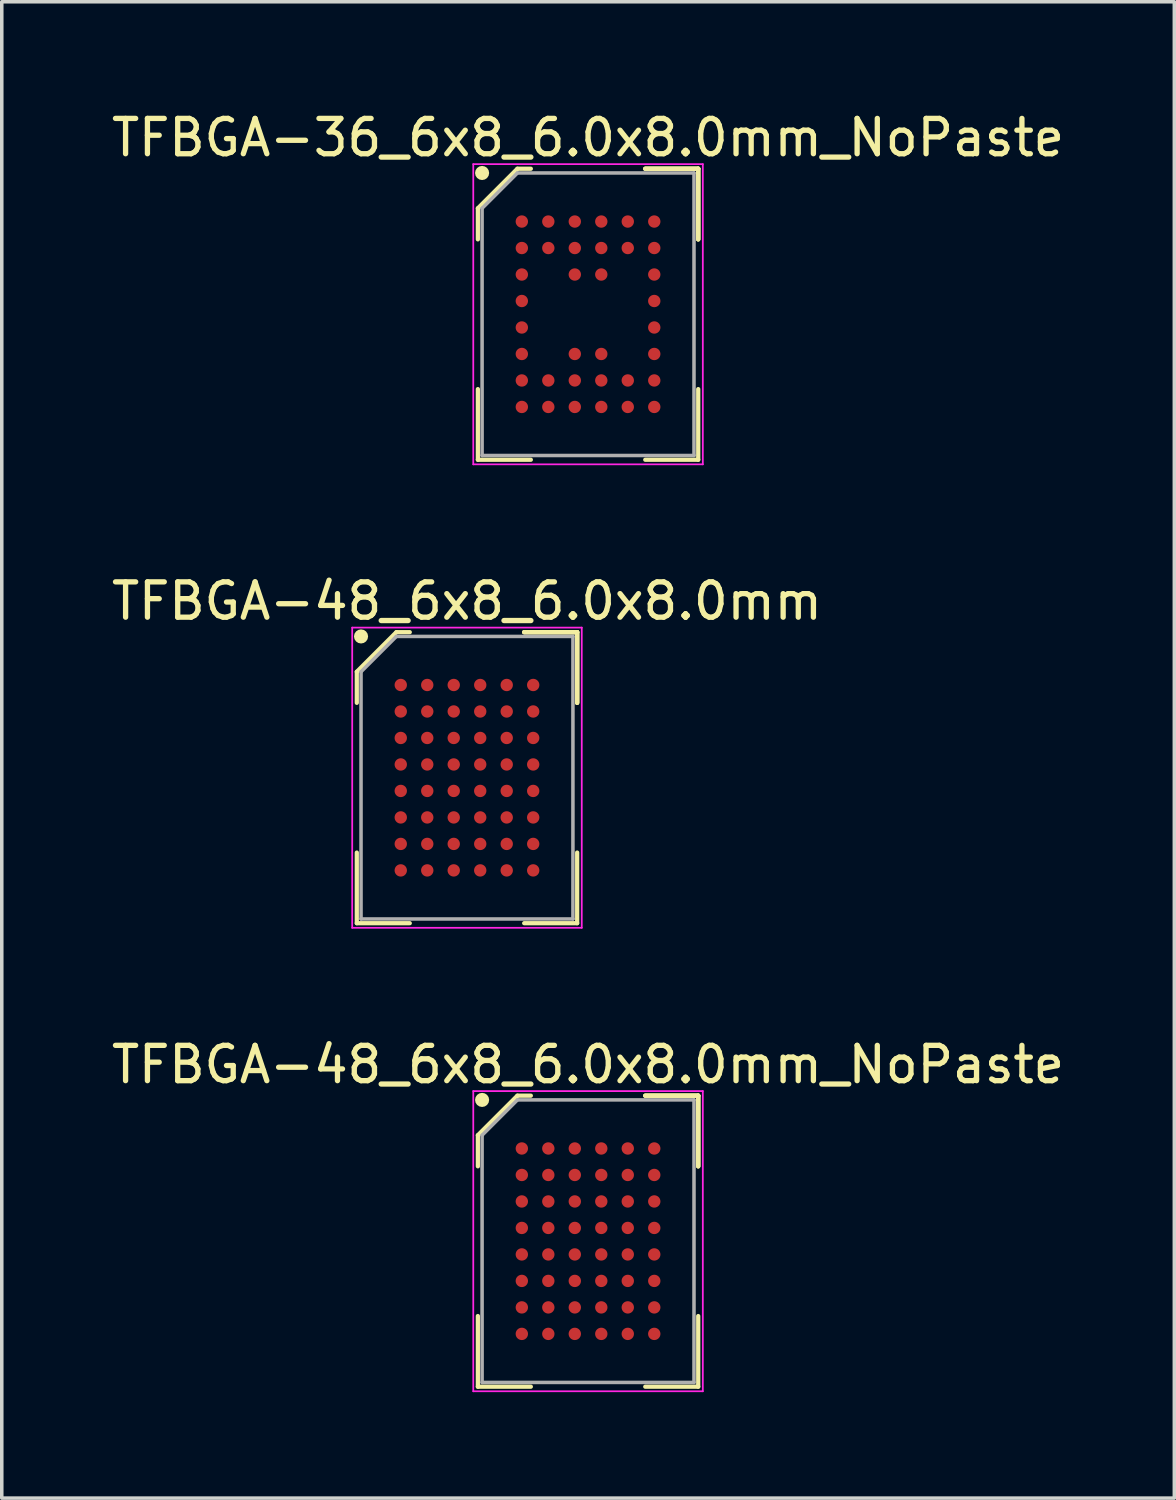
<source format=kicad_pcb>
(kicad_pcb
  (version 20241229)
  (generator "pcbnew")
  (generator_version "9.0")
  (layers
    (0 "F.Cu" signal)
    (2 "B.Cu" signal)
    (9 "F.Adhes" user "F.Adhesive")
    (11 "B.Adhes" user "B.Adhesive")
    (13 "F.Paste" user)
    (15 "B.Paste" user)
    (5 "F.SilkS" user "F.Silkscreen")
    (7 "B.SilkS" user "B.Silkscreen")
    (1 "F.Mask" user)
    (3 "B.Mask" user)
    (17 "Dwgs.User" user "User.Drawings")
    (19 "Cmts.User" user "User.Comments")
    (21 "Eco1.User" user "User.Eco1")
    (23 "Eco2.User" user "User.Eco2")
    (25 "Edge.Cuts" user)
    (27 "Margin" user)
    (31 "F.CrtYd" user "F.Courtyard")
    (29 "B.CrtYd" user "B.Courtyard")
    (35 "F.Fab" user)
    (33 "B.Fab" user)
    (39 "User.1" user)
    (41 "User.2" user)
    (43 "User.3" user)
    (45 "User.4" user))
  (footprint "TFBGA-36_6x8_6.0x8.0mm_NoPaste"
    (layer "F.Cu")
    (at 13.601 5.848)
    (property "Reference" "TFBGA-36_6x8_6.0x8.0mm_NoPaste" (at 0 -5 0) (layer "F.SilkS") (effects (font (size 1 1) (thickness 0.15))))
    (attr smd)
    (fp_line (start -3.12 -3) (end -3.12 -2.12) (stroke (width 0.12) (type solid)) (layer "F.SilkS"))
    (fp_line (start -3.12 4.12) (end -3.12 2.12) (stroke (width 0.12) (type solid)) (layer "F.SilkS"))
    (fp_line (start -2 -4.12) (end -3.12 -3) (stroke (width 0.12) (type solid)) (layer "F.SilkS"))
    (fp_line (start -1.62 -4.12) (end -2 -4.12) (stroke (width 0.12) (type solid)) (layer "F.SilkS"))
    (fp_line (start -1.62 4.12) (end -3.12 4.12) (stroke (width 0.12) (type solid)) (layer "F.SilkS"))
    (fp_line (start 1.62 -4.12) (end 3.12 -4.12) (stroke (width 0.12) (type solid)) (layer "F.SilkS"))
    (fp_line (start 1.62 -4.12) (end 3.12 -4.12) (stroke (width 0.12) (type solid)) (layer "F.SilkS"))
    (fp_line (start 1.62 -4.12) (end 3.12 -4.12) (stroke (width 0.12) (type solid)) (layer "F.SilkS"))
    (fp_line (start 1.62 4.12) (end 3.12 4.12) (stroke (width 0.12) (type solid)) (layer "F.SilkS"))
    (fp_line (start 3.12 -4.12) (end 3.12 -2.12) (stroke (width 0.12) (type solid)) (layer "F.SilkS"))
    (fp_line (start 3.12 -4.12) (end 3.12 -2.12) (stroke (width 0.12) (type solid)) (layer "F.SilkS"))
    (fp_line (start 3.12 -4.12) (end 3.12 -2.12) (stroke (width 0.12) (type solid)) (layer "F.SilkS"))
    (fp_line (start 3.12 4.12) (end 3.12 2.12) (stroke (width 0.12) (type solid)) (layer "F.SilkS"))
    (fp_circle (center -3 -4) (end -3 -3.9) (stroke (width 0.2) (type solid)) (fill no) (layer "F.SilkS"))
    (fp_line (start -3.25 -4.25) (end 3.25 -4.25) (stroke (width 0.05) (type solid)) (layer "F.CrtYd"))
    (fp_line (start -3.25 4.25) (end -3.25 -4.25) (stroke (width 0.05) (type solid)) (layer "F.CrtYd"))
    (fp_line (start 3.25 -4.25) (end 3.25 4.25) (stroke (width 0.05) (type solid)) (layer "F.CrtYd"))
    (fp_line (start 3.25 4.25) (end -3.25 4.25) (stroke (width 0.05) (type solid)) (layer "F.CrtYd"))
    (fp_line (start -3 -3) (end -3 4) (stroke (width 0.1) (type solid)) (layer "F.Fab"))
    (fp_line (start -3 4) (end 3 4) (stroke (width 0.1) (type solid)) (layer "F.Fab"))
    (fp_line (start -2 -4) (end -3 -3) (stroke (width 0.1) (type solid)) (layer "F.Fab"))
    (fp_line (start 3 -4) (end -2 -4) (stroke (width 0.1) (type solid)) (layer "F.Fab"))
    (fp_line (start 3 4) (end 3 -4) (stroke (width 0.1) (type solid)) (layer "F.Fab"))
    (pad "A1" smd circle (at -1.875 -2.625) (size 0.35 0.35) (layers "F.Cu" "F.Mask"))
    (pad "A2" smd circle (at -1.125 -2.625) (size 0.35 0.35) (layers "F.Cu" "F.Mask"))
    (pad "A3" smd circle (at -0.375 -2.625) (size 0.35 0.35) (layers "F.Cu" "F.Mask"))
    (pad "A4" smd circle (at 0.375 -2.625) (size 0.35 0.35) (layers "F.Cu" "F.Mask"))
    (pad "A5" smd circle (at 1.125 -2.625) (size 0.35 0.35) (layers "F.Cu" "F.Mask"))
    (pad "A6" smd circle (at 1.875 -2.625) (size 0.35 0.35) (layers "F.Cu" "F.Mask"))
    (pad "B1" smd circle (at -1.875 -1.875) (size 0.35 0.35) (layers "F.Cu" "F.Mask"))
    (pad "B2" smd circle (at -1.125 -1.875) (size 0.35 0.35) (layers "F.Cu" "F.Mask"))
    (pad "B3" smd circle (at -0.375 -1.875) (size 0.35 0.35) (layers "F.Cu" "F.Mask"))
    (pad "B4" smd circle (at 0.375 -1.875) (size 0.35 0.35) (layers "F.Cu" "F.Mask"))
    (pad "B5" smd circle (at 1.125 -1.875) (size 0.35 0.35) (layers "F.Cu" "F.Mask"))
    (pad "B6" smd circle (at 1.875 -1.875) (size 0.35 0.35) (layers "F.Cu" "F.Mask"))
    (pad "C1" smd circle (at -1.875 -1.125) (size 0.35 0.35) (layers "F.Cu" "F.Mask"))
    (pad "C3" smd circle (at -0.375 -1.125) (size 0.35 0.35) (layers "F.Cu" "F.Mask"))
    (pad "C4" smd circle (at 0.375 -1.125) (size 0.35 0.35) (layers "F.Cu" "F.Mask"))
    (pad "C6" smd circle (at 1.875 -1.125) (size 0.35 0.35) (layers "F.Cu" "F.Mask"))
    (pad "D1" smd circle (at -1.875 -0.375) (size 0.35 0.35) (layers "F.Cu" "F.Mask"))
    (pad "D6" smd circle (at 1.875 -0.375) (size 0.35 0.35) (layers "F.Cu" "F.Mask"))
    (pad "E1" smd circle (at -1.875 0.375) (size 0.35 0.35) (layers "F.Cu" "F.Mask"))
    (pad "E6" smd circle (at 1.875 0.375) (size 0.35 0.35) (layers "F.Cu" "F.Mask"))
    (pad "F1" smd circle (at -1.875 1.125) (size 0.35 0.35) (layers "F.Cu" "F.Mask"))
    (pad "F3" smd circle (at -0.375 1.125) (size 0.35 0.35) (layers "F.Cu" "F.Mask"))
    (pad "F4" smd circle (at 0.375 1.125) (size 0.35 0.35) (layers "F.Cu" "F.Mask"))
    (pad "F6" smd circle (at 1.875 1.125) (size 0.35 0.35) (layers "F.Cu" "F.Mask"))
    (pad "G1" smd circle (at -1.875 1.875) (size 0.35 0.35) (layers "F.Cu" "F.Mask"))
    (pad "G2" smd circle (at -1.125 1.875) (size 0.35 0.35) (layers "F.Cu" "F.Mask"))
    (pad "G3" smd circle (at -0.375 1.875) (size 0.35 0.35) (layers "F.Cu" "F.Mask"))
    (pad "G4" smd circle (at 0.375 1.875) (size 0.35 0.35) (layers "F.Cu" "F.Mask"))
    (pad "G5" smd circle (at 1.125 1.875) (size 0.35 0.35) (layers "F.Cu" "F.Mask"))
    (pad "G6" smd circle (at 1.875 1.875) (size 0.35 0.35) (layers "F.Cu" "F.Mask"))
    (pad "H1" smd circle (at -1.875 2.625) (size 0.35 0.35) (layers "F.Cu" "F.Mask"))
    (pad "H2" smd circle (at -1.125 2.625) (size 0.35 0.35) (layers "F.Cu" "F.Mask"))
    (pad "H3" smd circle (at -0.375 2.625) (size 0.35 0.35) (layers "F.Cu" "F.Mask"))
    (pad "H4" smd circle (at 0.375 2.625) (size 0.35 0.35) (layers "F.Cu" "F.Mask"))
    (pad "H5" smd circle (at 1.125 2.625) (size 0.35 0.35) (layers "F.Cu" "F.Mask"))
    (pad "H6" smd circle (at 1.875 2.625) (size 0.35 0.35) (layers "F.Cu" "F.Mask")))
  (footprint "TFBGA-48_6x8_6.0x8.0mm"
    (layer "F.Cu")
    (at 10.173 18.971)
    (property "Reference" "TFBGA-48_6x8_6.0x8.0mm" (at 0 -5 0) (layer "F.SilkS") (effects (font (size 1 1) (thickness 0.15))))
    (attr smd)
    (fp_line (start -3.12 -3) (end -3.12 -2.12) (stroke (width 0.12) (type solid)) (layer "F.SilkS"))
    (fp_line (start -3.12 4.12) (end -3.12 2.12) (stroke (width 0.12) (type solid)) (layer "F.SilkS"))
    (fp_line (start -2 -4.12) (end -3.12 -3) (stroke (width 0.12) (type solid)) (layer "F.SilkS"))
    (fp_line (start -1.62 -4.12) (end -2 -4.12) (stroke (width 0.12) (type solid)) (layer "F.SilkS"))
    (fp_line (start -1.62 4.12) (end -3.12 4.12) (stroke (width 0.12) (type solid)) (layer "F.SilkS"))
    (fp_line (start 1.62 -4.12) (end 3.12 -4.12) (stroke (width 0.12) (type solid)) (layer "F.SilkS"))
    (fp_line (start 1.62 -4.12) (end 3.12 -4.12) (stroke (width 0.12) (type solid)) (layer "F.SilkS"))
    (fp_line (start 1.62 -4.12) (end 3.12 -4.12) (stroke (width 0.12) (type solid)) (layer "F.SilkS"))
    (fp_line (start 1.62 4.12) (end 3.12 4.12) (stroke (width 0.12) (type solid)) (layer "F.SilkS"))
    (fp_line (start 3.12 -4.12) (end 3.12 -2.12) (stroke (width 0.12) (type solid)) (layer "F.SilkS"))
    (fp_line (start 3.12 -4.12) (end 3.12 -2.12) (stroke (width 0.12) (type solid)) (layer "F.SilkS"))
    (fp_line (start 3.12 -4.12) (end 3.12 -2.12) (stroke (width 0.12) (type solid)) (layer "F.SilkS"))
    (fp_line (start 3.12 4.12) (end 3.12 2.12) (stroke (width 0.12) (type solid)) (layer "F.SilkS"))
    (fp_circle (center -3 -4) (end -3 -3.9) (stroke (width 0.2) (type solid)) (fill no) (layer "F.SilkS"))
    (fp_line (start -3.25 -4.25) (end 3.25 -4.25) (stroke (width 0.05) (type solid)) (layer "F.CrtYd"))
    (fp_line (start -3.25 4.25) (end -3.25 -4.25) (stroke (width 0.05) (type solid)) (layer "F.CrtYd"))
    (fp_line (start 3.25 -4.25) (end 3.25 4.25) (stroke (width 0.05) (type solid)) (layer "F.CrtYd"))
    (fp_line (start 3.25 4.25) (end -3.25 4.25) (stroke (width 0.05) (type solid)) (layer "F.CrtYd"))
    (fp_line (start -3 -3) (end -3 4) (stroke (width 0.1) (type solid)) (layer "F.Fab"))
    (fp_line (start -3 4) (end 3 4) (stroke (width 0.1) (type solid)) (layer "F.Fab"))
    (fp_line (start -2 -4) (end -3 -3) (stroke (width 0.1) (type solid)) (layer "F.Fab"))
    (fp_line (start 3 -4) (end -2 -4) (stroke (width 0.1) (type solid)) (layer "F.Fab"))
    (fp_line (start 3 4) (end 3 -4) (stroke (width 0.1) (type solid)) (layer "F.Fab"))
    (pad "A1" smd circle (at -1.875 -2.625) (size 0.35 0.35) (layers "F.Cu" "F.Mask" "F.Paste"))
    (pad "A2" smd circle (at -1.125 -2.625) (size 0.35 0.35) (layers "F.Cu" "F.Mask" "F.Paste"))
    (pad "A3" smd circle (at -0.375 -2.625) (size 0.35 0.35) (layers "F.Cu" "F.Mask" "F.Paste"))
    (pad "A4" smd circle (at 0.375 -2.625) (size 0.35 0.35) (layers "F.Cu" "F.Mask" "F.Paste"))
    (pad "A5" smd circle (at 1.125 -2.625) (size 0.35 0.35) (layers "F.Cu" "F.Mask" "F.Paste"))
    (pad "A6" smd circle (at 1.875 -2.625) (size 0.35 0.35) (layers "F.Cu" "F.Mask" "F.Paste"))
    (pad "B1" smd circle (at -1.875 -1.875) (size 0.35 0.35) (layers "F.Cu" "F.Mask" "F.Paste"))
    (pad "B2" smd circle (at -1.125 -1.875) (size 0.35 0.35) (layers "F.Cu" "F.Mask" "F.Paste"))
    (pad "B3" smd circle (at -0.375 -1.875) (size 0.35 0.35) (layers "F.Cu" "F.Mask" "F.Paste"))
    (pad "B4" smd circle (at 0.375 -1.875) (size 0.35 0.35) (layers "F.Cu" "F.Mask" "F.Paste"))
    (pad "B5" smd circle (at 1.125 -1.875) (size 0.35 0.35) (layers "F.Cu" "F.Mask" "F.Paste"))
    (pad "B6" smd circle (at 1.875 -1.875) (size 0.35 0.35) (layers "F.Cu" "F.Mask" "F.Paste"))
    (pad "C1" smd circle (at -1.875 -1.125) (size 0.35 0.35) (layers "F.Cu" "F.Mask" "F.Paste"))
    (pad "C2" smd circle (at -1.125 -1.125) (size 0.35 0.35) (layers "F.Cu" "F.Mask" "F.Paste"))
    (pad "C3" smd circle (at -0.375 -1.125) (size 0.35 0.35) (layers "F.Cu" "F.Mask" "F.Paste"))
    (pad "C4" smd circle (at 0.375 -1.125) (size 0.35 0.35) (layers "F.Cu" "F.Mask" "F.Paste"))
    (pad "C5" smd circle (at 1.125 -1.125) (size 0.35 0.35) (layers "F.Cu" "F.Mask" "F.Paste"))
    (pad "C6" smd circle (at 1.875 -1.125) (size 0.35 0.35) (layers "F.Cu" "F.Mask" "F.Paste"))
    (pad "D1" smd circle (at -1.875 -0.375) (size 0.35 0.35) (layers "F.Cu" "F.Mask" "F.Paste"))
    (pad "D2" smd circle (at -1.125 -0.375) (size 0.35 0.35) (layers "F.Cu" "F.Mask" "F.Paste"))
    (pad "D3" smd circle (at -0.375 -0.375) (size 0.35 0.35) (layers "F.Cu" "F.Mask" "F.Paste"))
    (pad "D4" smd circle (at 0.375 -0.375) (size 0.35 0.35) (layers "F.Cu" "F.Mask" "F.Paste"))
    (pad "D5" smd circle (at 1.125 -0.375) (size 0.35 0.35) (layers "F.Cu" "F.Mask" "F.Paste"))
    (pad "D6" smd circle (at 1.875 -0.375) (size 0.35 0.35) (layers "F.Cu" "F.Mask" "F.Paste"))
    (pad "E1" smd circle (at -1.875 0.375) (size 0.35 0.35) (layers "F.Cu" "F.Mask" "F.Paste"))
    (pad "E2" smd circle (at -1.125 0.375) (size 0.35 0.35) (layers "F.Cu" "F.Mask" "F.Paste"))
    (pad "E3" smd circle (at -0.375 0.375) (size 0.35 0.35) (layers "F.Cu" "F.Mask" "F.Paste"))
    (pad "E4" smd circle (at 0.375 0.375) (size 0.35 0.35) (layers "F.Cu" "F.Mask" "F.Paste"))
    (pad "E5" smd circle (at 1.125 0.375) (size 0.35 0.35) (layers "F.Cu" "F.Mask" "F.Paste"))
    (pad "E6" smd circle (at 1.875 0.375) (size 0.35 0.35) (layers "F.Cu" "F.Mask" "F.Paste"))
    (pad "F1" smd circle (at -1.875 1.125) (size 0.35 0.35) (layers "F.Cu" "F.Mask" "F.Paste"))
    (pad "F2" smd circle (at -1.125 1.125) (size 0.35 0.35) (layers "F.Cu" "F.Mask" "F.Paste"))
    (pad "F3" smd circle (at -0.375 1.125) (size 0.35 0.35) (layers "F.Cu" "F.Mask" "F.Paste"))
    (pad "F4" smd circle (at 0.375 1.125) (size 0.35 0.35) (layers "F.Cu" "F.Mask" "F.Paste"))
    (pad "F5" smd circle (at 1.125 1.125) (size 0.35 0.35) (layers "F.Cu" "F.Mask" "F.Paste"))
    (pad "F6" smd circle (at 1.875 1.125) (size 0.35 0.35) (layers "F.Cu" "F.Mask" "F.Paste"))
    (pad "G1" smd circle (at -1.875 1.875) (size 0.35 0.35) (layers "F.Cu" "F.Mask" "F.Paste"))
    (pad "G2" smd circle (at -1.125 1.875) (size 0.35 0.35) (layers "F.Cu" "F.Mask" "F.Paste"))
    (pad "G3" smd circle (at -0.375 1.875) (size 0.35 0.35) (layers "F.Cu" "F.Mask" "F.Paste"))
    (pad "G4" smd circle (at 0.375 1.875) (size 0.35 0.35) (layers "F.Cu" "F.Mask" "F.Paste"))
    (pad "G5" smd circle (at 1.125 1.875) (size 0.35 0.35) (layers "F.Cu" "F.Mask" "F.Paste"))
    (pad "G6" smd circle (at 1.875 1.875) (size 0.35 0.35) (layers "F.Cu" "F.Mask" "F.Paste"))
    (pad "H1" smd circle (at -1.875 2.625) (size 0.35 0.35) (layers "F.Cu" "F.Mask" "F.Paste"))
    (pad "H2" smd circle (at -1.125 2.625) (size 0.35 0.35) (layers "F.Cu" "F.Mask" "F.Paste"))
    (pad "H3" smd circle (at -0.375 2.625) (size 0.35 0.35) (layers "F.Cu" "F.Mask" "F.Paste"))
    (pad "H4" smd circle (at 0.375 2.625) (size 0.35 0.35) (layers "F.Cu" "F.Mask" "F.Paste"))
    (pad "H5" smd circle (at 1.125 2.625) (size 0.35 0.35) (layers "F.Cu" "F.Mask" "F.Paste"))
    (pad "H6" smd circle (at 1.875 2.625) (size 0.35 0.35) (layers "F.Cu" "F.Mask" "F.Paste")))
  (footprint "TFBGA-48_6x8_6.0x8.0mm_NoPaste"
    (layer "F.Cu")
    (at 13.601 32.095)
    (property "Reference" "TFBGA-48_6x8_6.0x8.0mm_NoPaste" (at 0 -5 0) (layer "F.SilkS") (effects (font (size 1 1) (thickness 0.15))))
    (attr smd)
    (fp_line (start -3.12 -3) (end -3.12 -2.12) (stroke (width 0.12) (type solid)) (layer "F.SilkS"))
    (fp_line (start -3.12 4.12) (end -3.12 2.12) (stroke (width 0.12) (type solid)) (layer "F.SilkS"))
    (fp_line (start -2 -4.12) (end -3.12 -3) (stroke (width 0.12) (type solid)) (layer "F.SilkS"))
    (fp_line (start -1.62 -4.12) (end -2 -4.12) (stroke (width 0.12) (type solid)) (layer "F.SilkS"))
    (fp_line (start -1.62 4.12) (end -3.12 4.12) (stroke (width 0.12) (type solid)) (layer "F.SilkS"))
    (fp_line (start 1.62 -4.12) (end 3.12 -4.12) (stroke (width 0.12) (type solid)) (layer "F.SilkS"))
    (fp_line (start 1.62 -4.12) (end 3.12 -4.12) (stroke (width 0.12) (type solid)) (layer "F.SilkS"))
    (fp_line (start 1.62 -4.12) (end 3.12 -4.12) (stroke (width 0.12) (type solid)) (layer "F.SilkS"))
    (fp_line (start 1.62 4.12) (end 3.12 4.12) (stroke (width 0.12) (type solid)) (layer "F.SilkS"))
    (fp_line (start 3.12 -4.12) (end 3.12 -2.12) (stroke (width 0.12) (type solid)) (layer "F.SilkS"))
    (fp_line (start 3.12 -4.12) (end 3.12 -2.12) (stroke (width 0.12) (type solid)) (layer "F.SilkS"))
    (fp_line (start 3.12 -4.12) (end 3.12 -2.12) (stroke (width 0.12) (type solid)) (layer "F.SilkS"))
    (fp_line (start 3.12 4.12) (end 3.12 2.12) (stroke (width 0.12) (type solid)) (layer "F.SilkS"))
    (fp_circle (center -3 -4) (end -3 -3.9) (stroke (width 0.2) (type solid)) (fill no) (layer "F.SilkS"))
    (fp_line (start -3.25 -4.25) (end 3.25 -4.25) (stroke (width 0.05) (type solid)) (layer "F.CrtYd"))
    (fp_line (start -3.25 4.25) (end -3.25 -4.25) (stroke (width 0.05) (type solid)) (layer "F.CrtYd"))
    (fp_line (start 3.25 -4.25) (end 3.25 4.25) (stroke (width 0.05) (type solid)) (layer "F.CrtYd"))
    (fp_line (start 3.25 4.25) (end -3.25 4.25) (stroke (width 0.05) (type solid)) (layer "F.CrtYd"))
    (fp_line (start -3 -3) (end -3 4) (stroke (width 0.1) (type solid)) (layer "F.Fab"))
    (fp_line (start -3 4) (end 3 4) (stroke (width 0.1) (type solid)) (layer "F.Fab"))
    (fp_line (start -2 -4) (end -3 -3) (stroke (width 0.1) (type solid)) (layer "F.Fab"))
    (fp_line (start 3 -4) (end -2 -4) (stroke (width 0.1) (type solid)) (layer "F.Fab"))
    (fp_line (start 3 4) (end 3 -4) (stroke (width 0.1) (type solid)) (layer "F.Fab"))
    (pad "A1" smd circle (at -1.875 -2.625) (size 0.35 0.35) (layers "F.Cu" "F.Mask"))
    (pad "A2" smd circle (at -1.125 -2.625) (size 0.35 0.35) (layers "F.Cu" "F.Mask"))
    (pad "A3" smd circle (at -0.375 -2.625) (size 0.35 0.35) (layers "F.Cu" "F.Mask"))
    (pad "A4" smd circle (at 0.375 -2.625) (size 0.35 0.35) (layers "F.Cu" "F.Mask"))
    (pad "A5" smd circle (at 1.125 -2.625) (size 0.35 0.35) (layers "F.Cu" "F.Mask"))
    (pad "A6" smd circle (at 1.875 -2.625) (size 0.35 0.35) (layers "F.Cu" "F.Mask"))
    (pad "B1" smd circle (at -1.875 -1.875) (size 0.35 0.35) (layers "F.Cu" "F.Mask"))
    (pad "B2" smd circle (at -1.125 -1.875) (size 0.35 0.35) (layers "F.Cu" "F.Mask"))
    (pad "B3" smd circle (at -0.375 -1.875) (size 0.35 0.35) (layers "F.Cu" "F.Mask"))
    (pad "B4" smd circle (at 0.375 -1.875) (size 0.35 0.35) (layers "F.Cu" "F.Mask"))
    (pad "B5" smd circle (at 1.125 -1.875) (size 0.35 0.35) (layers "F.Cu" "F.Mask"))
    (pad "B6" smd circle (at 1.875 -1.875) (size 0.35 0.35) (layers "F.Cu" "F.Mask"))
    (pad "C1" smd circle (at -1.875 -1.125) (size 0.35 0.35) (layers "F.Cu" "F.Mask"))
    (pad "C2" smd circle (at -1.125 -1.125) (size 0.35 0.35) (layers "F.Cu" "F.Mask"))
    (pad "C3" smd circle (at -0.375 -1.125) (size 0.35 0.35) (layers "F.Cu" "F.Mask"))
    (pad "C4" smd circle (at 0.375 -1.125) (size 0.35 0.35) (layers "F.Cu" "F.Mask"))
    (pad "C5" smd circle (at 1.125 -1.125) (size 0.35 0.35) (layers "F.Cu" "F.Mask"))
    (pad "C6" smd circle (at 1.875 -1.125) (size 0.35 0.35) (layers "F.Cu" "F.Mask"))
    (pad "D1" smd circle (at -1.875 -0.375) (size 0.35 0.35) (layers "F.Cu" "F.Mask"))
    (pad "D2" smd circle (at -1.125 -0.375) (size 0.35 0.35) (layers "F.Cu" "F.Mask"))
    (pad "D3" smd circle (at -0.375 -0.375) (size 0.35 0.35) (layers "F.Cu" "F.Mask"))
    (pad "D4" smd circle (at 0.375 -0.375) (size 0.35 0.35) (layers "F.Cu" "F.Mask"))
    (pad "D5" smd circle (at 1.125 -0.375) (size 0.35 0.35) (layers "F.Cu" "F.Mask"))
    (pad "D6" smd circle (at 1.875 -0.375) (size 0.35 0.35) (layers "F.Cu" "F.Mask"))
    (pad "E1" smd circle (at -1.875 0.375) (size 0.35 0.35) (layers "F.Cu" "F.Mask"))
    (pad "E2" smd circle (at -1.125 0.375) (size 0.35 0.35) (layers "F.Cu" "F.Mask"))
    (pad "E3" smd circle (at -0.375 0.375) (size 0.35 0.35) (layers "F.Cu" "F.Mask"))
    (pad "E4" smd circle (at 0.375 0.375) (size 0.35 0.35) (layers "F.Cu" "F.Mask"))
    (pad "E5" smd circle (at 1.125 0.375) (size 0.35 0.35) (layers "F.Cu" "F.Mask"))
    (pad "E6" smd circle (at 1.875 0.375) (size 0.35 0.35) (layers "F.Cu" "F.Mask"))
    (pad "F1" smd circle (at -1.875 1.125) (size 0.35 0.35) (layers "F.Cu" "F.Mask"))
    (pad "F2" smd circle (at -1.125 1.125) (size 0.35 0.35) (layers "F.Cu" "F.Mask"))
    (pad "F3" smd circle (at -0.375 1.125) (size 0.35 0.35) (layers "F.Cu" "F.Mask"))
    (pad "F4" smd circle (at 0.375 1.125) (size 0.35 0.35) (layers "F.Cu" "F.Mask"))
    (pad "F5" smd circle (at 1.125 1.125) (size 0.35 0.35) (layers "F.Cu" "F.Mask"))
    (pad "F6" smd circle (at 1.875 1.125) (size 0.35 0.35) (layers "F.Cu" "F.Mask"))
    (pad "G1" smd circle (at -1.875 1.875) (size 0.35 0.35) (layers "F.Cu" "F.Mask"))
    (pad "G2" smd circle (at -1.125 1.875) (size 0.35 0.35) (layers "F.Cu" "F.Mask"))
    (pad "G3" smd circle (at -0.375 1.875) (size 0.35 0.35) (layers "F.Cu" "F.Mask"))
    (pad "G4" smd circle (at 0.375 1.875) (size 0.35 0.35) (layers "F.Cu" "F.Mask"))
    (pad "G5" smd circle (at 1.125 1.875) (size 0.35 0.35) (layers "F.Cu" "F.Mask"))
    (pad "G6" smd circle (at 1.875 1.875) (size 0.35 0.35) (layers "F.Cu" "F.Mask"))
    (pad "H1" smd circle (at -1.875 2.625) (size 0.35 0.35) (layers "F.Cu" "F.Mask"))
    (pad "H2" smd circle (at -1.125 2.625) (size 0.35 0.35) (layers "F.Cu" "F.Mask"))
    (pad "H3" smd circle (at -0.375 2.625) (size 0.35 0.35) (layers "F.Cu" "F.Mask"))
    (pad "H4" smd circle (at 0.375 2.625) (size 0.35 0.35) (layers "F.Cu" "F.Mask"))
    (pad "H5" smd circle (at 1.125 2.625) (size 0.35 0.35) (layers "F.Cu" "F.Mask"))
    (pad "H6" smd circle (at 1.875 2.625) (size 0.35 0.35) (layers "F.Cu" "F.Mask")))
  (gr_rect
    (start -3 -3)
    (end 30.202 39.37)
    (stroke (width 0.1) (type default))
    (fill no)
    (layer "Edge.Cuts")))
</source>
